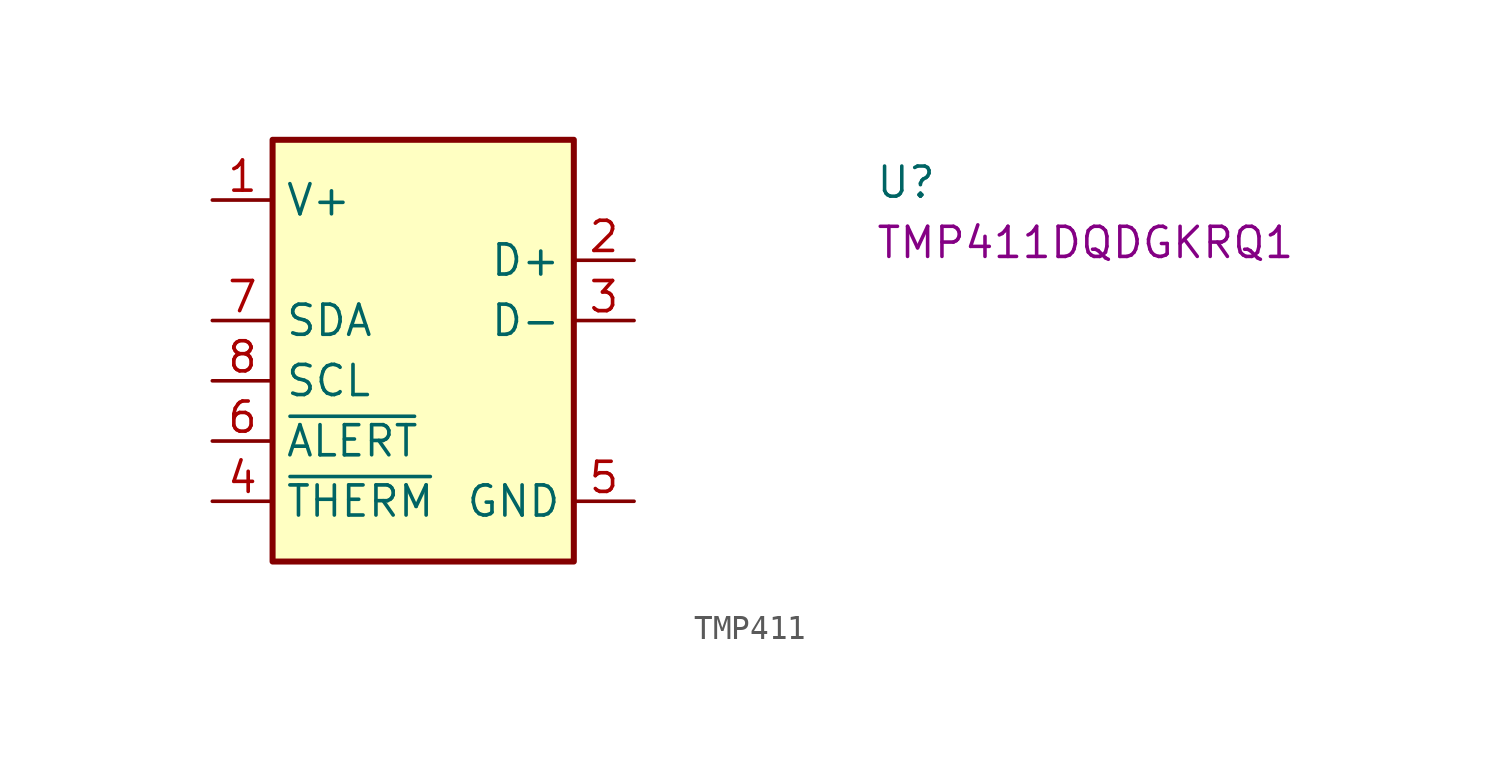
<source format=kicad_sym>
(kicad_symbol_lib
  (version 20220914)
  (generator kicad_symbol_editor)
  (symbol "TMP411"
    (property "Reference" "U"
      (at 27.94 0 0)
      (effects (font (size 1.27 1.27) (thickness 0.15)) (justify left bottom)))
    (property "MPN" "TMP411DQDGKRQ1"
      (at 27.94 -2.54 0)
      (effects (font (size 1.27 1.27) (thickness 0.15)) (justify left bottom)))
    (symbol "TMP411_1_1"
      (rectangle (start 2.54 2.54) (end 15.24 -15.24) (stroke (width 0.254) (type default)) (fill (type background)))
      (pin power_in line (at 0 0 0) (length 2.54) (name "V+" (effects (font (size 1.27 1.27)))) (number "1" (effects (font (size 1.27 1.27)))))
      (pin passive line (at 17.78 -2.54 180) (length 2.54) (name "D+" (effects (font (size 1.27 1.27)))) (number "2" (effects (font (size 1.27 1.27)))))
      (pin passive line (at 17.78 -5.08 180) (length 2.54) (name "D-" (effects (font (size 1.27 1.27)))) (number "3" (effects (font (size 1.27 1.27)))))
      (pin open_collector line (at 0 -12.7 0) (length 2.54) (name "~{THERM}" (effects (font (size 1.27 1.27)))) (number "4" (effects (font (size 1.27 1.27)))))
      (pin power_in line (at 17.78 -12.7 180) (length 2.54) (name "GND" (effects (font (size 1.27 1.27)))) (number "5" (effects (font (size 1.27 1.27)))))
      (pin open_collector line (at 0 -10.16 0) (length 2.54) (name "~{ALERT}" (effects (font (size 1.27 1.27)))) (number "6" (effects (font (size 1.27 1.27)))))
      (pin open_collector line (at 0 -5.08 0) (length 2.54) (name "SDA" (effects (font (size 1.27 1.27)))) (number "7" (effects (font (size 1.27 1.27)))))
      (pin open_collector line (at 0 -7.62 0) (length 2.54) (name "SCL" (effects (font (size 1.27 1.27)))) (number "8" (effects (font (size 1.27 1.27))))))))
</source>
